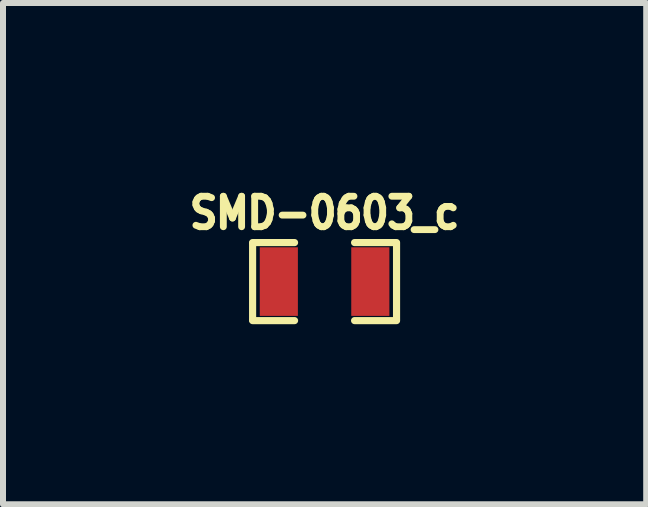
<source format=kicad_pcb>
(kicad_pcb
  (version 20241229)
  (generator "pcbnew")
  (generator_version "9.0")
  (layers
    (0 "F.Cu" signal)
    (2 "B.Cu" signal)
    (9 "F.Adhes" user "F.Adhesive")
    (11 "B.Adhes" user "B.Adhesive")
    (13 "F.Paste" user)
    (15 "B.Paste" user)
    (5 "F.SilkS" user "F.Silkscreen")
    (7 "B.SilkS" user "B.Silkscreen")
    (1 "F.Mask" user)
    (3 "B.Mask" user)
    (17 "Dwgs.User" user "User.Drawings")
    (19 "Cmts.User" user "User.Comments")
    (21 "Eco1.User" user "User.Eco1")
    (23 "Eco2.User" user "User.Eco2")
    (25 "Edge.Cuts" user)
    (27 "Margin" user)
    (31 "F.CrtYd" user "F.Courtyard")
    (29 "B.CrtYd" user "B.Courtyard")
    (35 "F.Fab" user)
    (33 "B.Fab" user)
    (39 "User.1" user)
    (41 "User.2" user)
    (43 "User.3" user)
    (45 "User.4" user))
  (footprint "SMD-0603_c"
    (layer "F.Cu")
    (at 2.357 1.641)
    (property "Reference" "SMD-0603_c" (at 0 -1.143 0) (layer "F.SilkS") (effects (font (size 0.508 0.457) (thickness 0.114))))
    (attr smd)
    (fp_line (start -1.199 -0.65) (end -0.5 -0.65) (stroke (width 0.119) (type solid)) (layer "F.SilkS"))
    (fp_line (start -1.199 0.635) (end -1.199 -0.635) (stroke (width 0.119) (type solid)) (layer "F.SilkS"))
    (fp_line (start -0.5 0.65) (end -1.199 0.65) (stroke (width 0.119) (type solid)) (layer "F.SilkS"))
    (fp_line (start 0.5 -0.65) (end 1.199 -0.65) (stroke (width 0.119) (type solid)) (layer "F.SilkS"))
    (fp_line (start 0.5 0.65) (end 1.199 0.65) (stroke (width 0.119) (type solid)) (layer "F.SilkS"))
    (fp_line (start 1.199 -0.635) (end 1.199 0.635) (stroke (width 0.119) (type solid)) (layer "F.SilkS"))
    (pad "1" smd rect (at -0.762 0) (size 0.635 1.143) (layers "F.Cu" "F.Mask" "F.Paste"))
    (pad "2" smd rect (at 0.762 0) (size 0.635 1.143) (layers "F.Cu" "F.Mask" "F.Paste")))
  (gr_rect
    (start -3 -3)
    (end 7.715 5.351)
    (stroke (width 0.1) (type default))
    (fill no)
    (layer "Edge.Cuts")))
</source>
